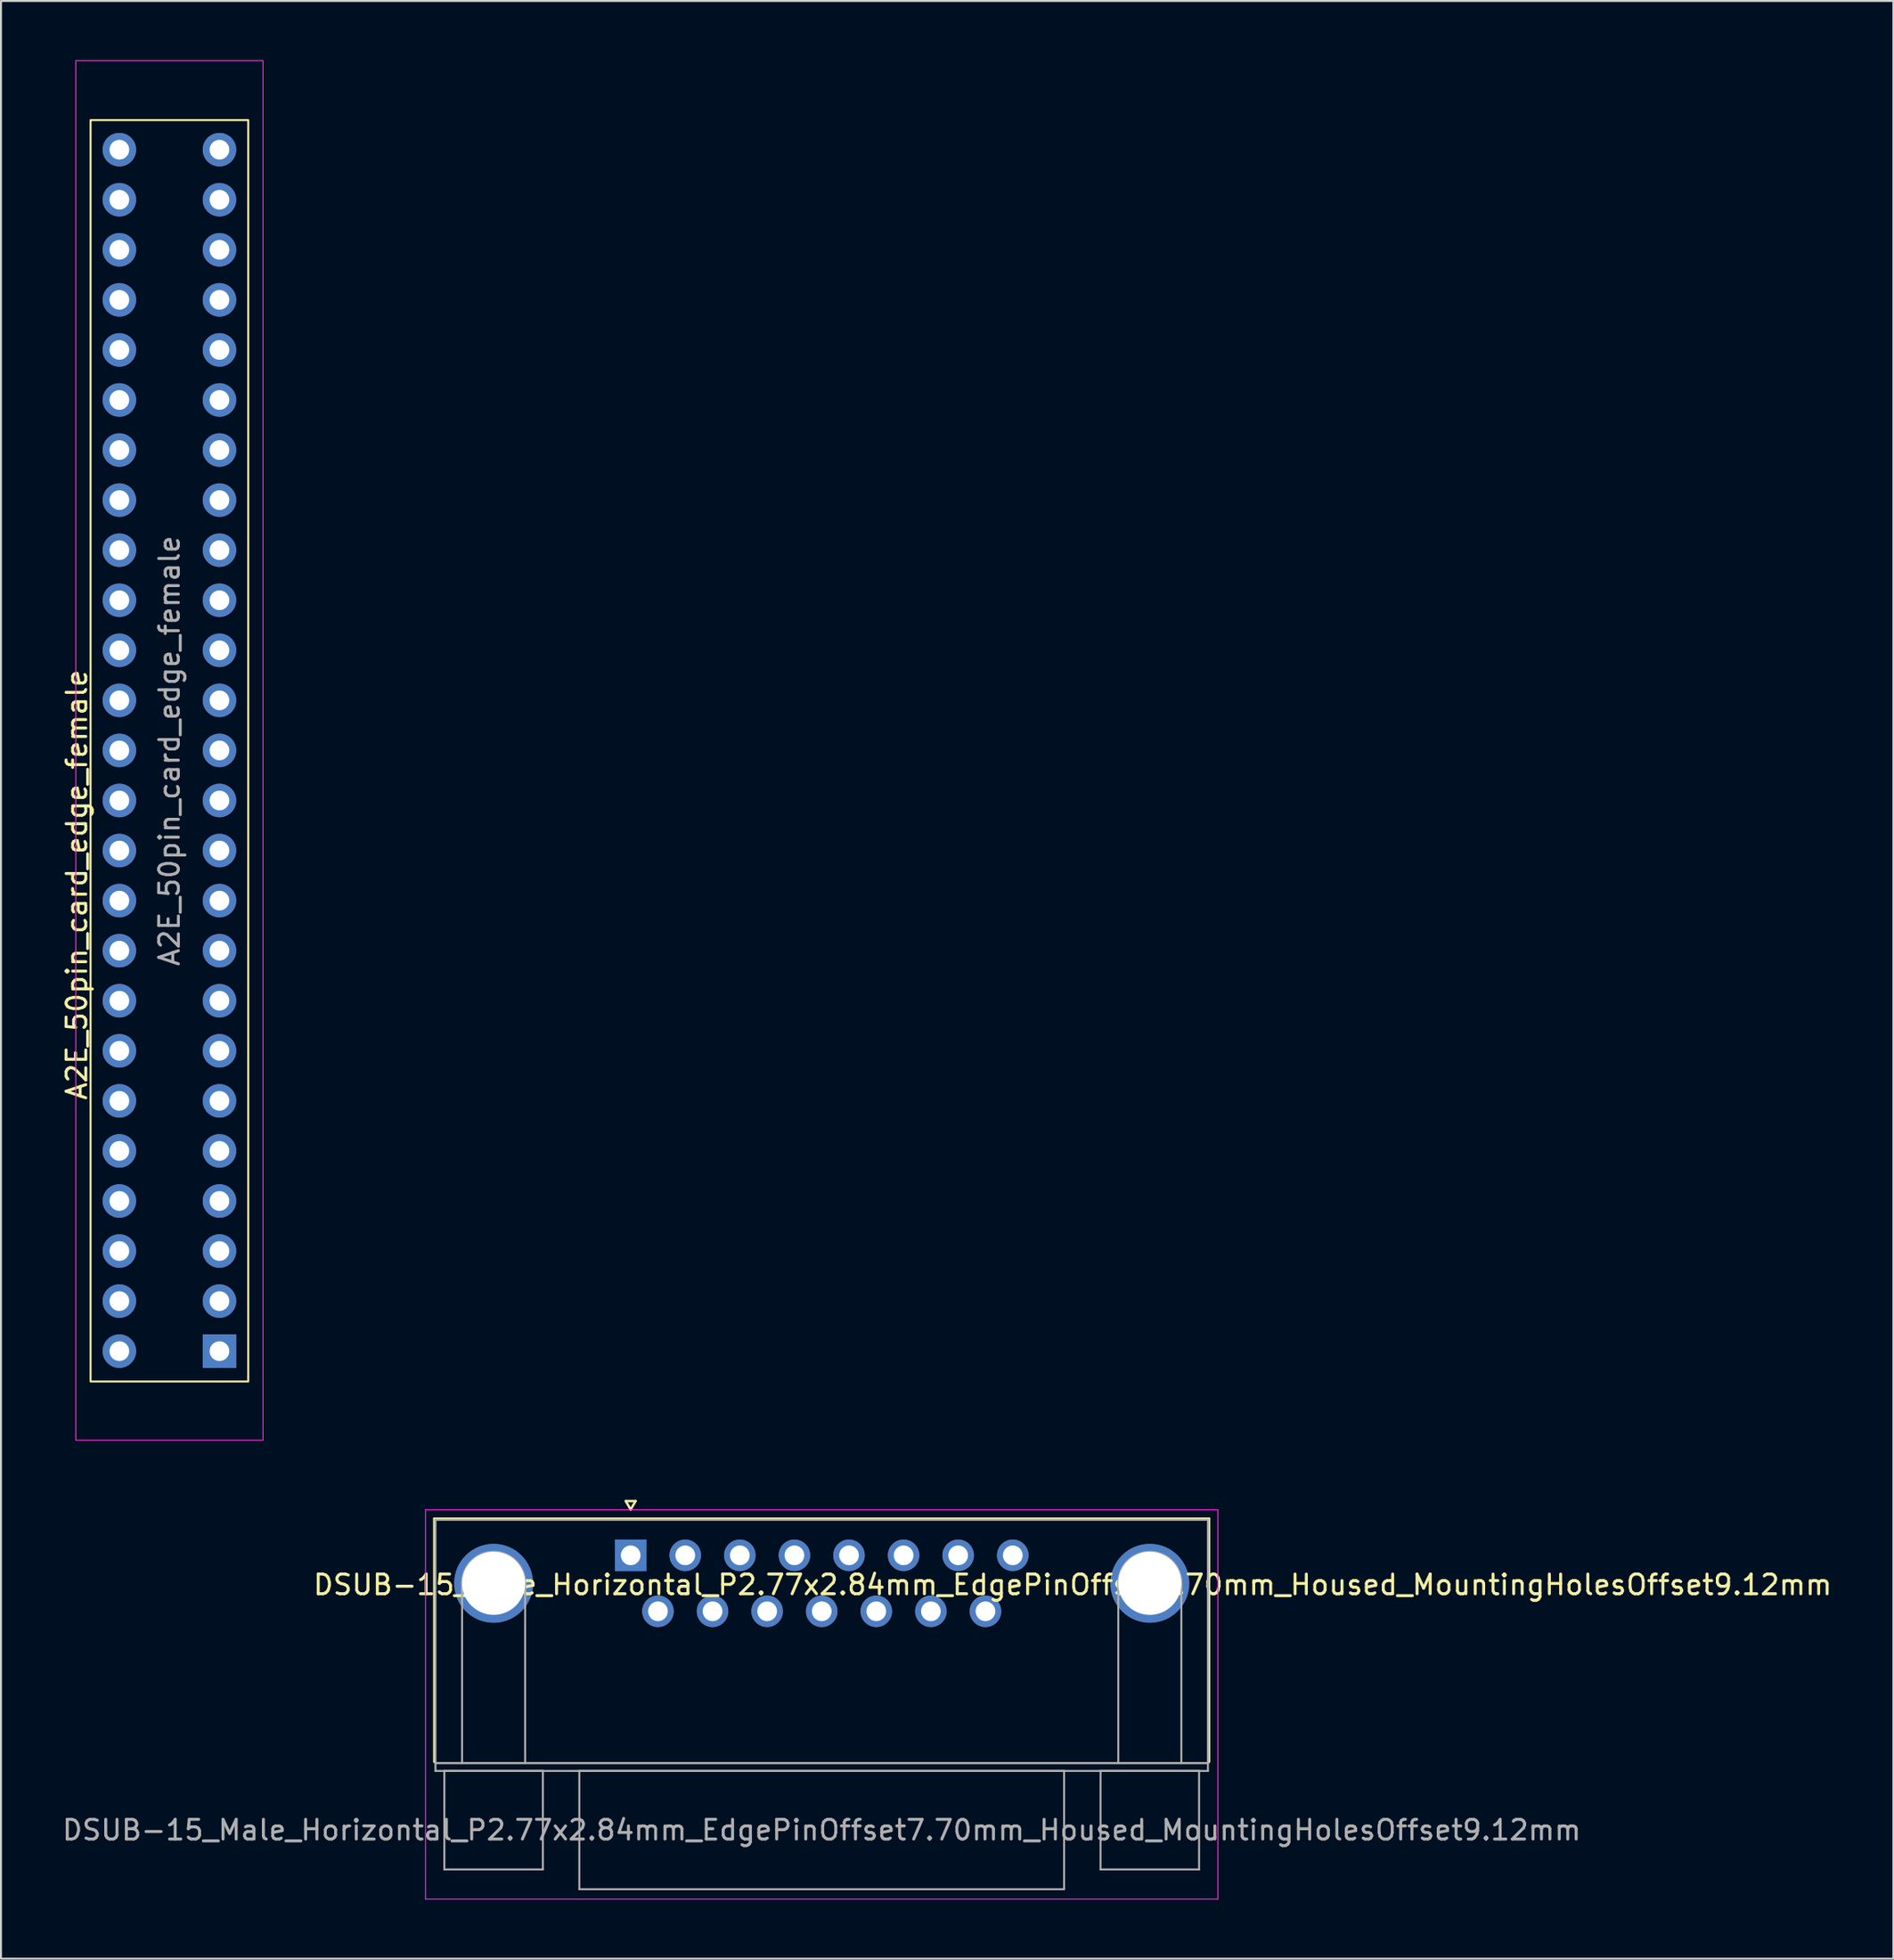
<source format=kicad_pcb>
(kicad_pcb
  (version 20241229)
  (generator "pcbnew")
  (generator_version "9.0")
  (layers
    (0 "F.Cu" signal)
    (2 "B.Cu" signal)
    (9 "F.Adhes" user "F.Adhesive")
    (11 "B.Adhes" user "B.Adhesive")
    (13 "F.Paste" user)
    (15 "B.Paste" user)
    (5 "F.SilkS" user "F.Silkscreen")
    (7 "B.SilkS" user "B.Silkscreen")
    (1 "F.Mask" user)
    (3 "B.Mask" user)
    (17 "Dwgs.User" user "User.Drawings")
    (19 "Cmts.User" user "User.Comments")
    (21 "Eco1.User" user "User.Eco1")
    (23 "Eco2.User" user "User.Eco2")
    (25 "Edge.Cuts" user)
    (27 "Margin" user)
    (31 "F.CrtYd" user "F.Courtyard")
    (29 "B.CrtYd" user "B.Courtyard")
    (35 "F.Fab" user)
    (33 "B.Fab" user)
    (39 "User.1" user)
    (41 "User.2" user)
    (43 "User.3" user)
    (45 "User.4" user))
  (footprint "A2E_50pin_card_edge_female"
    (layer "F.Cu")
    (at 5.547 4.545)
    (property "Reference" "A2E_50pin_card_edge_female" (at -4.699 37.295 90) (layer "F.SilkS") (effects (font (size 1 1) (thickness 0.15))))
    (attr through_hole)
    (fp_rect (start -4 -1.5) (end 4 62.5) (stroke (width 0.1) (type default)) (fill no) (layer "F.SilkS"))
    (fp_rect (start -4.75 -4.52) (end 4.75 65.48) (stroke (width 0.05) (type default)) (fill no) (layer "F.CrtYd"))
    (fp_text user "${REFERENCE}" (at 0 30.5 90) (layer "F.Fab") (effects (font (size 1 1) (thickness 0.15))))
    (pad "1" thru_hole rect (at 2.54 60.96) (size 1.7 1.7) (drill 1) (layers "*.Cu" "*.Mask"))
    (pad "2" thru_hole oval (at 2.54 58.42) (size 1.7 1.7) (drill 1) (layers "*.Cu" "*.Mask"))
    (pad "3" thru_hole oval (at 2.54 55.88) (size 1.7 1.7) (drill 1) (layers "*.Cu" "*.Mask"))
    (pad "4" thru_hole oval (at 2.54 53.34) (size 1.7 1.7) (drill 1) (layers "*.Cu" "*.Mask"))
    (pad "5" thru_hole oval (at 2.54 50.8) (size 1.7 1.7) (drill 1) (layers "*.Cu" "*.Mask"))
    (pad "6" thru_hole oval (at 2.54 48.26) (size 1.7 1.7) (drill 1) (layers "*.Cu" "*.Mask"))
    (pad "7" thru_hole oval (at 2.54 45.72) (size 1.7 1.7) (drill 1) (layers "*.Cu" "*.Mask"))
    (pad "8" thru_hole oval (at 2.54 43.18) (size 1.7 1.7) (drill 1) (layers "*.Cu" "*.Mask"))
    (pad "9" thru_hole oval (at 2.54 40.64) (size 1.7 1.7) (drill 1) (layers "*.Cu" "*.Mask"))
    (pad "10" thru_hole oval (at 2.54 38.1) (size 1.7 1.7) (drill 1) (layers "*.Cu" "*.Mask"))
    (pad "11" thru_hole oval (at 2.54 35.56) (size 1.7 1.7) (drill 1) (layers "*.Cu" "*.Mask"))
    (pad "12" thru_hole oval (at 2.54 33.02) (size 1.7 1.7) (drill 1) (layers "*.Cu" "*.Mask"))
    (pad "13" thru_hole oval (at 2.54 30.48) (size 1.7 1.7) (drill 1) (layers "*.Cu" "*.Mask"))
    (pad "14" thru_hole oval (at 2.54 27.94) (size 1.7 1.7) (drill 1) (layers "*.Cu" "*.Mask"))
    (pad "15" thru_hole oval (at 2.54 25.4) (size 1.7 1.7) (drill 1) (layers "*.Cu" "*.Mask"))
    (pad "16" thru_hole oval (at 2.54 22.86) (size 1.7 1.7) (drill 1) (layers "*.Cu" "*.Mask"))
    (pad "17" thru_hole oval (at 2.54 20.32) (size 1.7 1.7) (drill 1) (layers "*.Cu" "*.Mask"))
    (pad "18" thru_hole oval (at 2.54 17.78) (size 1.7 1.7) (drill 1) (layers "*.Cu" "*.Mask"))
    (pad "19" thru_hole oval (at 2.54 15.24) (size 1.7 1.7) (drill 1) (layers "*.Cu" "*.Mask"))
    (pad "20" thru_hole oval (at 2.54 12.7) (size 1.7 1.7) (drill 1) (layers "*.Cu" "*.Mask"))
    (pad "21" thru_hole oval (at 2.54 10.16) (size 1.7 1.7) (drill 1) (layers "*.Cu" "*.Mask"))
    (pad "22" thru_hole oval (at 2.54 7.62) (size 1.7 1.7) (drill 1) (layers "*.Cu" "*.Mask"))
    (pad "23" thru_hole oval (at 2.54 5.08) (size 1.7 1.7) (drill 1) (layers "*.Cu" "*.Mask"))
    (pad "24" thru_hole oval (at 2.54 2.54) (size 1.7 1.7) (drill 1) (layers "*.Cu" "*.Mask"))
    (pad "25" thru_hole oval (at 2.54 0) (size 1.7 1.7) (drill 1) (layers "*.Cu" "*.Mask"))
    (pad "26" thru_hole oval (at -2.54 0) (size 1.7 1.7) (drill 1) (layers "*.Cu" "*.Mask"))
    (pad "27" thru_hole oval (at -2.54 2.54) (size 1.7 1.7) (drill 1) (layers "*.Cu" "*.Mask"))
    (pad "28" thru_hole oval (at -2.54 5.08) (size 1.7 1.7) (drill 1) (layers "*.Cu" "*.Mask"))
    (pad "29" thru_hole oval (at -2.54 7.62) (size 1.7 1.7) (drill 1) (layers "*.Cu" "*.Mask"))
    (pad "30" thru_hole oval (at -2.54 10.16) (size 1.7 1.7) (drill 1) (layers "*.Cu" "*.Mask"))
    (pad "31" thru_hole oval (at -2.54 12.7) (size 1.7 1.7) (drill 1) (layers "*.Cu" "*.Mask"))
    (pad "32" thru_hole oval (at -2.54 15.24) (size 1.7 1.7) (drill 1) (layers "*.Cu" "*.Mask"))
    (pad "33" thru_hole oval (at -2.54 17.78) (size 1.7 1.7) (drill 1) (layers "*.Cu" "*.Mask"))
    (pad "34" thru_hole oval (at -2.54 20.32) (size 1.7 1.7) (drill 1) (layers "*.Cu" "*.Mask"))
    (pad "35" thru_hole oval (at -2.54 22.86) (size 1.7 1.7) (drill 1) (layers "*.Cu" "*.Mask"))
    (pad "36" thru_hole oval (at -2.54 25.4) (size 1.7 1.7) (drill 1) (layers "*.Cu" "*.Mask"))
    (pad "37" thru_hole oval (at -2.54 27.94) (size 1.7 1.7) (drill 1) (layers "*.Cu" "*.Mask"))
    (pad "38" thru_hole oval (at -2.54 30.48) (size 1.7 1.7) (drill 1) (layers "*.Cu" "*.Mask"))
    (pad "39" thru_hole oval (at -2.54 33.02) (size 1.7 1.7) (drill 1) (layers "*.Cu" "*.Mask"))
    (pad "40" thru_hole oval (at -2.54 35.56) (size 1.7 1.7) (drill 1) (layers "*.Cu" "*.Mask"))
    (pad "41" thru_hole oval (at -2.54 38.1) (size 1.7 1.7) (drill 1) (layers "*.Cu" "*.Mask"))
    (pad "42" thru_hole oval (at -2.54 40.64) (size 1.7 1.7) (drill 1) (layers "*.Cu" "*.Mask"))
    (pad "43" thru_hole oval (at -2.54 43.18) (size 1.7 1.7) (drill 1) (layers "*.Cu" "*.Mask"))
    (pad "44" thru_hole oval (at -2.54 45.72) (size 1.7 1.7) (drill 1) (layers "*.Cu" "*.Mask"))
    (pad "45" thru_hole oval (at -2.54 48.26) (size 1.7 1.7) (drill 1) (layers "*.Cu" "*.Mask"))
    (pad "46" thru_hole oval (at -2.54 50.8) (size 1.7 1.7) (drill 1) (layers "*.Cu" "*.Mask"))
    (pad "47" thru_hole oval (at -2.54 53.34) (size 1.7 1.7) (drill 1) (layers "*.Cu" "*.Mask"))
    (pad "48" thru_hole oval (at -2.54 55.88) (size 1.7 1.7) (drill 1) (layers "*.Cu" "*.Mask"))
    (pad "49" thru_hole oval (at -2.54 58.42) (size 1.7 1.7) (drill 1) (layers "*.Cu" "*.Mask"))
    (pad "50" thru_hole oval (at -2.54 60.96) (size 1.7 1.7) (drill 1) (layers "*.Cu" "*.Mask")))
  (footprint "DSUB-15_Male_Horizontal_P2.77x2.84mm_EdgePinOffset7.70mm_Housed_MountingHolesOffset9.12mm"
    (layer "F.Cu")
    (at 28.954 75.864)
    (property "Reference" "DSUB-15_Male_Horizontal_P2.77x2.84mm_EdgePinOffset7.70mm_Housed_MountingHolesOffset9.12mm" (at 22.43 1.495 180) (layer "F.SilkS") (effects (font (size 1 1) (thickness 0.15))))
    (attr through_hole)
    (fp_line (start -9.965 -1.86) (end 29.355 -1.86) (stroke (width 0.12) (type solid)) (layer "F.SilkS"))
    (fp_line (start -9.965 10.48) (end -9.965 -1.86) (stroke (width 0.12) (type solid)) (layer "F.SilkS"))
    (fp_line (start -0.25 -2.754) (end 0.25 -2.754) (stroke (width 0.12) (type solid)) (layer "F.SilkS"))
    (fp_line (start 0 -2.321) (end -0.25 -2.754) (stroke (width 0.12) (type solid)) (layer "F.SilkS"))
    (fp_line (start 0.25 -2.754) (end 0 -2.321) (stroke (width 0.12) (type solid)) (layer "F.SilkS"))
    (fp_line (start 29.355 -1.86) (end 29.355 10.48) (stroke (width 0.12) (type solid)) (layer "F.SilkS"))
    (fp_line (start -10.41 -2.31) (end -10.41 17.44) (stroke (width 0.05) (type solid)) (layer "F.CrtYd"))
    (fp_line (start -10.41 17.44) (end 29.8 17.44) (stroke (width 0.05) (type solid)) (layer "F.CrtYd"))
    (fp_line (start 29.8 -2.31) (end -10.41 -2.31) (stroke (width 0.05) (type solid)) (layer "F.CrtYd"))
    (fp_line (start 29.8 17.44) (end 29.8 -2.31) (stroke (width 0.05) (type solid)) (layer "F.CrtYd"))
    (fp_line (start -9.905 -1.8) (end -9.905 10.54) (stroke (width 0.1) (type solid)) (layer "F.Fab"))
    (fp_line (start -9.905 10.54) (end -9.905 10.94) (stroke (width 0.1) (type solid)) (layer "F.Fab"))
    (fp_line (start -9.905 10.54) (end 29.295 10.54) (stroke (width 0.1) (type solid)) (layer "F.Fab"))
    (fp_line (start -9.905 10.94) (end 29.295 10.94) (stroke (width 0.1) (type solid)) (layer "F.Fab"))
    (fp_line (start -9.455 10.94) (end -9.455 15.94) (stroke (width 0.1) (type solid)) (layer "F.Fab"))
    (fp_line (start -9.455 15.94) (end -4.455 15.94) (stroke (width 0.1) (type solid)) (layer "F.Fab"))
    (fp_line (start -8.555 10.54) (end -8.555 1.42) (stroke (width 0.1) (type solid)) (layer "F.Fab"))
    (fp_line (start -5.355 10.54) (end -5.355 1.42) (stroke (width 0.1) (type solid)) (layer "F.Fab"))
    (fp_line (start -4.455 10.94) (end -9.455 10.94) (stroke (width 0.1) (type solid)) (layer "F.Fab"))
    (fp_line (start -4.455 15.94) (end -4.455 10.94) (stroke (width 0.1) (type solid)) (layer "F.Fab"))
    (fp_line (start -2.605 10.94) (end -2.605 16.94) (stroke (width 0.1) (type solid)) (layer "F.Fab"))
    (fp_line (start -2.605 16.94) (end 21.995 16.94) (stroke (width 0.1) (type solid)) (layer "F.Fab"))
    (fp_line (start 21.995 10.94) (end -2.605 10.94) (stroke (width 0.1) (type solid)) (layer "F.Fab"))
    (fp_line (start 21.995 16.94) (end 21.995 10.94) (stroke (width 0.1) (type solid)) (layer "F.Fab"))
    (fp_line (start 23.845 10.94) (end 23.845 15.94) (stroke (width 0.1) (type solid)) (layer "F.Fab"))
    (fp_line (start 23.845 15.94) (end 28.845 15.94) (stroke (width 0.1) (type solid)) (layer "F.Fab"))
    (fp_line (start 24.745 10.54) (end 24.745 1.42) (stroke (width 0.1) (type solid)) (layer "F.Fab"))
    (fp_line (start 27.945 10.54) (end 27.945 1.42) (stroke (width 0.1) (type solid)) (layer "F.Fab"))
    (fp_line (start 28.845 10.94) (end 23.845 10.94) (stroke (width 0.1) (type solid)) (layer "F.Fab"))
    (fp_line (start 28.845 15.94) (end 28.845 10.94) (stroke (width 0.1) (type solid)) (layer "F.Fab"))
    (fp_line (start 29.295 -1.8) (end -9.905 -1.8) (stroke (width 0.1) (type solid)) (layer "F.Fab"))
    (fp_line (start 29.295 10.54) (end -9.905 10.54) (stroke (width 0.1) (type solid)) (layer "F.Fab"))
    (fp_line (start 29.295 10.54) (end 29.295 -1.8) (stroke (width 0.1) (type solid)) (layer "F.Fab"))
    (fp_line (start 29.295 10.94) (end 29.295 10.54) (stroke (width 0.1) (type solid)) (layer "F.Fab"))
    (fp_arc (start -8.555 1.42) (mid -6.955 -0.18) (end -5.355 1.42) (stroke (width 0.1) (type solid)) (layer "F.Fab"))
    (fp_arc (start 24.745 1.42) (mid 26.345 -0.18) (end 27.945 1.42) (stroke (width 0.1) (type solid)) (layer "F.Fab"))
    (fp_text user "${REFERENCE}" (at 9.695 13.94 180) (layer "F.Fab") (effects (font (size 1 1) (thickness 0.15))))
    (pad "0" thru_hole circle (at -6.955 1.42) (size 4 4) (drill 3.2) (layers "*.Cu" "*.Mask"))
    (pad "0" thru_hole circle (at 26.345 1.42) (size 4 4) (drill 3.2) (layers "*.Cu" "*.Mask"))
    (pad "1" thru_hole rect (at 0 0) (size 1.6 1.6) (drill 1) (layers "*.Cu" "*.Mask"))
    (pad "2" thru_hole circle (at 2.77 0) (size 1.6 1.6) (drill 1) (layers "*.Cu" "*.Mask"))
    (pad "3" thru_hole circle (at 5.54 0) (size 1.6 1.6) (drill 1) (layers "*.Cu" "*.Mask"))
    (pad "4" thru_hole circle (at 8.31 0) (size 1.6 1.6) (drill 1) (layers "*.Cu" "*.Mask"))
    (pad "5" thru_hole circle (at 11.08 0) (size 1.6 1.6) (drill 1) (layers "*.Cu" "*.Mask"))
    (pad "6" thru_hole circle (at 13.85 0) (size 1.6 1.6) (drill 1) (layers "*.Cu" "*.Mask"))
    (pad "7" thru_hole circle (at 16.62 0) (size 1.6 1.6) (drill 1) (layers "*.Cu" "*.Mask"))
    (pad "8" thru_hole circle (at 19.39 0) (size 1.6 1.6) (drill 1) (layers "*.Cu" "*.Mask"))
    (pad "9" thru_hole circle (at 1.385 2.84) (size 1.6 1.6) (drill 1) (layers "*.Cu" "*.Mask"))
    (pad "10" thru_hole circle (at 4.155 2.84) (size 1.6 1.6) (drill 1) (layers "*.Cu" "*.Mask"))
    (pad "11" thru_hole circle (at 6.925 2.84) (size 1.6 1.6) (drill 1) (layers "*.Cu" "*.Mask"))
    (pad "12" thru_hole circle (at 9.695 2.84) (size 1.6 1.6) (drill 1) (layers "*.Cu" "*.Mask"))
    (pad "13" thru_hole circle (at 12.465 2.84) (size 1.6 1.6) (drill 1) (layers "*.Cu" "*.Mask"))
    (pad "14" thru_hole circle (at 15.235 2.84) (size 1.6 1.6) (drill 1) (layers "*.Cu" "*.Mask"))
    (pad "15" thru_hole circle (at 18.005 2.84) (size 1.6 1.6) (drill 1) (layers "*.Cu" "*.Mask")))
  (gr_rect
    (start -3 -3)
    (end 93.033 96.329)
    (stroke (width 0.1) (type default))
    (fill no)
    (layer "Edge.Cuts")))
</source>
